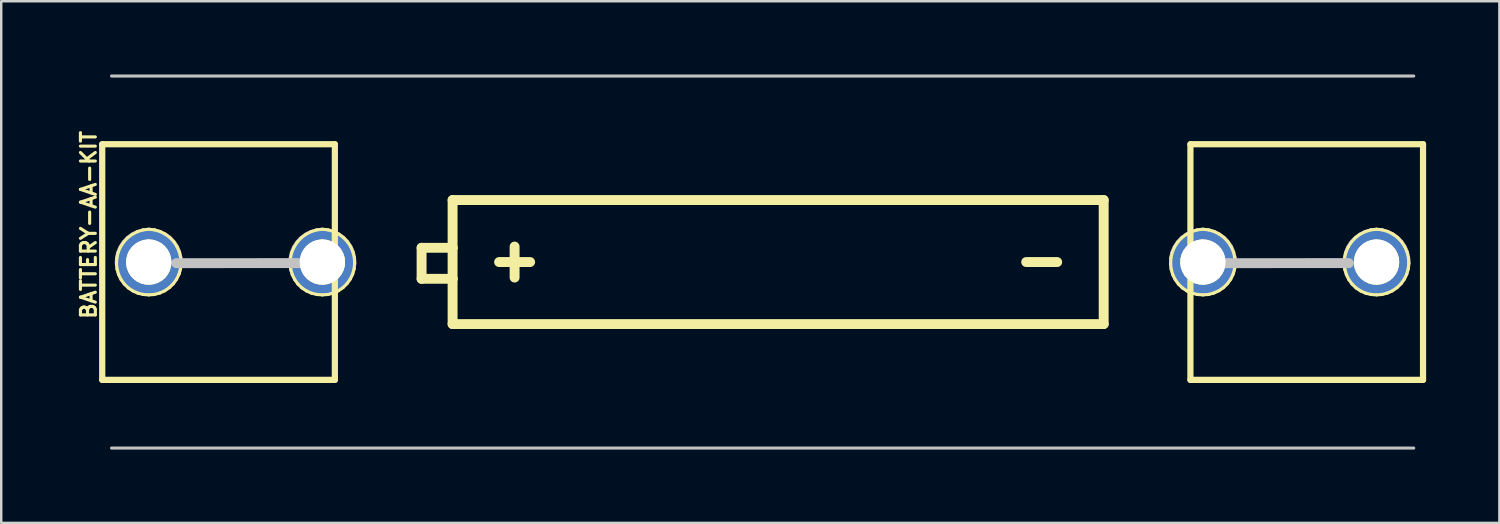
<source format=kicad_pcb>
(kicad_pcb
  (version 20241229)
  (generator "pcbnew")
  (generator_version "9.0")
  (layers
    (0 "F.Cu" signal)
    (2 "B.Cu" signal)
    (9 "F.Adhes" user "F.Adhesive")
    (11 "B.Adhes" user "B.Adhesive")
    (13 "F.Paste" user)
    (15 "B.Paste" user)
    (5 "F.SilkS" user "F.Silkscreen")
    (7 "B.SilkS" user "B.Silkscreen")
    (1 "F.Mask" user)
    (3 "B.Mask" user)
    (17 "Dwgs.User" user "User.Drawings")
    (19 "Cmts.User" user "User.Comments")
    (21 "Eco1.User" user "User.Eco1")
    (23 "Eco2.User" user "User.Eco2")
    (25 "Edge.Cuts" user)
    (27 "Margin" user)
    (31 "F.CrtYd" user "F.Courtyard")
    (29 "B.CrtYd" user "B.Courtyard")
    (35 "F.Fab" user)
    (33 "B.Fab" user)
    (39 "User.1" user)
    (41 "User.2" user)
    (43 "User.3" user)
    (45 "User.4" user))
  (footprint "BATTERY-AA-KIT"
    (layer "F.Cu")
    (at 28.189 7.684)
    (property "Reference" "BATTERY-AA-KIT" (at -27.61 -1.524 90) (layer "F.SilkS") (effects (font (size 0.61 0.61) (thickness 0.127))))
    (attr exclude_from_pos_files exclude_from_bom)
    (fp_line (start -27.051 -4.826) (end -17.523 -4.826) (stroke (width 0.203) (type solid)) (layer "F.SilkS"))
    (fp_line (start -27.051 -4.826) (end -17.523 -4.826) (stroke (width 0.254) (type solid)) (layer "F.SilkS"))
    (fp_line (start -27.051 4.826) (end -27.051 -4.826) (stroke (width 0.203) (type solid)) (layer "F.SilkS"))
    (fp_line (start -27.051 4.826) (end -27.051 -4.826) (stroke (width 0.254) (type solid)) (layer "F.SilkS"))
    (fp_line (start -26.467 0.076) (end -26.441 0.3) (stroke (width 0.127) (type solid)) (layer "F.SilkS"))
    (fp_line (start -26.454 -0.163) (end -26.467 0.076) (stroke (width 0.127) (type solid)) (layer "F.SilkS"))
    (fp_line (start -26.441 0.3) (end -26.378 0.516) (stroke (width 0.127) (type solid)) (layer "F.SilkS"))
    (fp_line (start -26.401 -0.394) (end -26.454 -0.163) (stroke (width 0.127) (type solid)) (layer "F.SilkS"))
    (fp_line (start -26.378 0.516) (end -26.279 0.719) (stroke (width 0.127) (type solid)) (layer "F.SilkS"))
    (fp_line (start -26.307 -0.615) (end -26.401 -0.394) (stroke (width 0.127) (type solid)) (layer "F.SilkS"))
    (fp_line (start -26.279 0.719) (end -26.147 0.902) (stroke (width 0.127) (type solid)) (layer "F.SilkS"))
    (fp_line (start -26.177 -0.815) (end -26.307 -0.615) (stroke (width 0.127) (type solid)) (layer "F.SilkS"))
    (fp_line (start -26.147 0.902) (end -25.984 1.059) (stroke (width 0.127) (type solid)) (layer "F.SilkS"))
    (fp_line (start -26.015 -0.991) (end -26.177 -0.815) (stroke (width 0.127) (type solid)) (layer "F.SilkS"))
    (fp_line (start -26.01 0.051) (end -25.999 -0.119) (stroke (width 0.127) (type solid)) (layer "F.SilkS"))
    (fp_line (start -25.999 -0.119) (end -25.956 -0.287) (stroke (width 0.127) (type solid)) (layer "F.SilkS"))
    (fp_line (start -25.984 0.216) (end -26.01 0.051) (stroke (width 0.127) (type solid)) (layer "F.SilkS"))
    (fp_line (start -25.984 1.059) (end -25.796 1.184) (stroke (width 0.127) (type solid)) (layer "F.SilkS"))
    (fp_line (start -25.956 -0.287) (end -25.883 -0.442) (stroke (width 0.127) (type solid)) (layer "F.SilkS"))
    (fp_line (start -25.928 0.373) (end -25.984 0.216) (stroke (width 0.127) (type solid)) (layer "F.SilkS"))
    (fp_line (start -25.883 -0.442) (end -25.778 -0.579) (stroke (width 0.127) (type solid)) (layer "F.SilkS"))
    (fp_line (start -25.845 0.516) (end -25.928 0.373) (stroke (width 0.127) (type solid)) (layer "F.SilkS"))
    (fp_line (start -25.824 -1.135) (end -26.015 -0.991) (stroke (width 0.127) (type solid)) (layer "F.SilkS"))
    (fp_line (start -25.796 1.184) (end -25.59 1.275) (stroke (width 0.127) (type solid)) (layer "F.SilkS"))
    (fp_line (start -25.778 -0.579) (end -25.651 -0.693) (stroke (width 0.127) (type solid)) (layer "F.SilkS"))
    (fp_line (start -25.733 0.64) (end -25.845 0.516) (stroke (width 0.127) (type solid)) (layer "F.SilkS"))
    (fp_line (start -25.651 -0.693) (end -25.502 -0.78) (stroke (width 0.127) (type solid)) (layer "F.SilkS"))
    (fp_line (start -25.611 -1.245) (end -25.824 -1.135) (stroke (width 0.127) (type solid)) (layer "F.SilkS"))
    (fp_line (start -25.598 0.739) (end -25.733 0.64) (stroke (width 0.127) (type solid)) (layer "F.SilkS"))
    (fp_line (start -25.59 1.275) (end -25.37 1.328) (stroke (width 0.127) (type solid)) (layer "F.SilkS"))
    (fp_line (start -25.502 -0.78) (end -25.342 -0.838) (stroke (width 0.127) (type solid)) (layer "F.SilkS"))
    (fp_line (start -25.448 0.813) (end -25.598 0.739) (stroke (width 0.127) (type solid)) (layer "F.SilkS"))
    (fp_line (start -25.382 -1.316) (end -25.611 -1.245) (stroke (width 0.127) (type solid)) (layer "F.SilkS"))
    (fp_line (start -25.37 1.328) (end -25.146 1.346) (stroke (width 0.127) (type solid)) (layer "F.SilkS"))
    (fp_line (start -25.342 -0.838) (end -25.171 -0.864) (stroke (width 0.127) (type solid)) (layer "F.SilkS"))
    (fp_line (start -25.286 0.853) (end -25.448 0.813) (stroke (width 0.127) (type solid)) (layer "F.SilkS"))
    (fp_line (start -25.171 -0.864) (end -24.999 -0.848) (stroke (width 0.127) (type solid)) (layer "F.SilkS"))
    (fp_line (start -25.146 -1.346) (end -25.382 -1.316) (stroke (width 0.127) (type solid)) (layer "F.SilkS"))
    (fp_line (start -25.146 1.346) (end -24.917 1.328) (stroke (width 0.127) (type solid)) (layer "F.SilkS"))
    (fp_line (start -25.121 0.864) (end -25.286 0.853) (stroke (width 0.127) (type solid)) (layer "F.SilkS"))
    (fp_line (start -24.999 -0.848) (end -24.834 -0.8) (stroke (width 0.127) (type solid)) (layer "F.SilkS"))
    (fp_line (start -24.953 0.843) (end -25.121 0.864) (stroke (width 0.127) (type solid)) (layer "F.SilkS"))
    (fp_line (start -24.917 1.328) (end -24.696 1.27) (stroke (width 0.127) (type solid)) (layer "F.SilkS"))
    (fp_line (start -24.91 -1.318) (end -25.146 -1.346) (stroke (width 0.127) (type solid)) (layer "F.SilkS"))
    (fp_line (start -24.834 -0.8) (end -24.681 -0.721) (stroke (width 0.127) (type solid)) (layer "F.SilkS"))
    (fp_line (start -24.795 0.792) (end -24.953 0.843) (stroke (width 0.127) (type solid)) (layer "F.SilkS"))
    (fp_line (start -24.696 1.27) (end -24.488 1.176) (stroke (width 0.127) (type solid)) (layer "F.SilkS"))
    (fp_line (start -24.681 -1.25) (end -24.91 -1.318) (stroke (width 0.127) (type solid)) (layer "F.SilkS"))
    (fp_line (start -24.681 -0.721) (end -24.547 -0.615) (stroke (width 0.127) (type solid)) (layer "F.SilkS"))
    (fp_line (start -24.648 0.711) (end -24.795 0.792) (stroke (width 0.127) (type solid)) (layer "F.SilkS"))
    (fp_line (start -24.547 -0.615) (end -24.435 -0.483) (stroke (width 0.127) (type solid)) (layer "F.SilkS"))
    (fp_line (start -24.521 0.605) (end -24.648 0.711) (stroke (width 0.127) (type solid)) (layer "F.SilkS"))
    (fp_line (start -24.488 1.176) (end -24.3 1.046) (stroke (width 0.127) (type solid)) (layer "F.SilkS"))
    (fp_line (start -24.47 -1.143) (end -24.681 -1.25) (stroke (width 0.127) (type solid)) (layer "F.SilkS"))
    (fp_line (start -24.435 -0.483) (end -24.354 -0.333) (stroke (width 0.127) (type solid)) (layer "F.SilkS"))
    (fp_line (start -24.417 0.472) (end -24.521 0.605) (stroke (width 0.127) (type solid)) (layer "F.SilkS"))
    (fp_line (start -24.354 -0.333) (end -24.3 -0.17) (stroke (width 0.127) (type solid)) (layer "F.SilkS"))
    (fp_line (start -24.341 0.325) (end -24.417 0.472) (stroke (width 0.127) (type solid)) (layer "F.SilkS"))
    (fp_line (start -24.3 -0.17) (end -24.282 0) (stroke (width 0.127) (type solid)) (layer "F.SilkS"))
    (fp_line (start -24.3 1.046) (end -24.138 0.886) (stroke (width 0.127) (type solid)) (layer "F.SilkS"))
    (fp_line (start -24.295 0.165) (end -24.341 0.325) (stroke (width 0.127) (type solid)) (layer "F.SilkS"))
    (fp_line (start -24.282 0) (end -24.295 0.165) (stroke (width 0.127) (type solid)) (layer "F.SilkS"))
    (fp_line (start -24.28 -1.003) (end -24.47 -1.143) (stroke (width 0.127) (type solid)) (layer "F.SilkS"))
    (fp_line (start -24.138 0.886) (end -24.006 0.701) (stroke (width 0.127) (type solid)) (layer "F.SilkS"))
    (fp_line (start -24.117 -0.831) (end -24.28 -1.003) (stroke (width 0.127) (type solid)) (layer "F.SilkS"))
    (fp_line (start -24.006 0.701) (end -23.906 0.495) (stroke (width 0.127) (type solid)) (layer "F.SilkS"))
    (fp_line (start -23.988 -0.632) (end -24.117 -0.831) (stroke (width 0.127) (type solid)) (layer "F.SilkS"))
    (fp_line (start -23.906 0.495) (end -23.846 0.277) (stroke (width 0.127) (type solid)) (layer "F.SilkS"))
    (fp_line (start -23.894 -0.414) (end -23.988 -0.632) (stroke (width 0.127) (type solid)) (layer "F.SilkS"))
    (fp_line (start -23.846 0.277) (end -23.825 0.051) (stroke (width 0.127) (type solid)) (layer "F.SilkS"))
    (fp_line (start -23.838 -0.185) (end -23.894 -0.414) (stroke (width 0.127) (type solid)) (layer "F.SilkS"))
    (fp_line (start -23.825 0.051) (end -23.838 -0.185) (stroke (width 0.127) (type solid)) (layer "F.SilkS"))
    (fp_line (start -19.355 0.076) (end -19.329 0.3) (stroke (width 0.127) (type solid)) (layer "F.SilkS"))
    (fp_line (start -19.342 -0.163) (end -19.355 0.076) (stroke (width 0.127) (type solid)) (layer "F.SilkS"))
    (fp_line (start -19.329 0.3) (end -19.266 0.516) (stroke (width 0.127) (type solid)) (layer "F.SilkS"))
    (fp_line (start -19.289 -0.394) (end -19.342 -0.163) (stroke (width 0.127) (type solid)) (layer "F.SilkS"))
    (fp_line (start -19.266 0.516) (end -19.167 0.719) (stroke (width 0.127) (type solid)) (layer "F.SilkS"))
    (fp_line (start -19.195 -0.615) (end -19.289 -0.394) (stroke (width 0.127) (type solid)) (layer "F.SilkS"))
    (fp_line (start -19.167 0.719) (end -19.035 0.902) (stroke (width 0.127) (type solid)) (layer "F.SilkS"))
    (fp_line (start -19.065 -0.815) (end -19.195 -0.615) (stroke (width 0.127) (type solid)) (layer "F.SilkS"))
    (fp_line (start -19.035 0.902) (end -18.872 1.059) (stroke (width 0.127) (type solid)) (layer "F.SilkS"))
    (fp_line (start -18.903 -0.991) (end -19.065 -0.815) (stroke (width 0.127) (type solid)) (layer "F.SilkS"))
    (fp_line (start -18.898 0.051) (end -18.887 -0.119) (stroke (width 0.127) (type solid)) (layer "F.SilkS"))
    (fp_line (start -18.887 -0.119) (end -18.844 -0.287) (stroke (width 0.127) (type solid)) (layer "F.SilkS"))
    (fp_line (start -18.872 0.216) (end -18.898 0.051) (stroke (width 0.127) (type solid)) (layer "F.SilkS"))
    (fp_line (start -18.872 1.059) (end -18.684 1.184) (stroke (width 0.127) (type solid)) (layer "F.SilkS"))
    (fp_line (start -18.844 -0.287) (end -18.771 -0.442) (stroke (width 0.127) (type solid)) (layer "F.SilkS"))
    (fp_line (start -18.816 0.373) (end -18.872 0.216) (stroke (width 0.127) (type solid)) (layer "F.SilkS"))
    (fp_line (start -18.771 -0.442) (end -18.666 -0.579) (stroke (width 0.127) (type solid)) (layer "F.SilkS"))
    (fp_line (start -18.733 0.516) (end -18.816 0.373) (stroke (width 0.127) (type solid)) (layer "F.SilkS"))
    (fp_line (start -18.712 -1.135) (end -18.903 -0.991) (stroke (width 0.127) (type solid)) (layer "F.SilkS"))
    (fp_line (start -18.684 1.184) (end -18.479 1.275) (stroke (width 0.127) (type solid)) (layer "F.SilkS"))
    (fp_line (start -18.666 -0.579) (end -18.539 -0.693) (stroke (width 0.127) (type solid)) (layer "F.SilkS"))
    (fp_line (start -18.621 0.64) (end -18.733 0.516) (stroke (width 0.127) (type solid)) (layer "F.SilkS"))
    (fp_line (start -18.539 -0.693) (end -18.39 -0.78) (stroke (width 0.127) (type solid)) (layer "F.SilkS"))
    (fp_line (start -18.499 -1.245) (end -18.712 -1.135) (stroke (width 0.127) (type solid)) (layer "F.SilkS"))
    (fp_line (start -18.486 0.739) (end -18.621 0.64) (stroke (width 0.127) (type solid)) (layer "F.SilkS"))
    (fp_line (start -18.479 1.275) (end -18.258 1.328) (stroke (width 0.127) (type solid)) (layer "F.SilkS"))
    (fp_line (start -18.39 -0.78) (end -18.23 -0.838) (stroke (width 0.127) (type solid)) (layer "F.SilkS"))
    (fp_line (start -18.336 0.813) (end -18.486 0.739) (stroke (width 0.127) (type solid)) (layer "F.SilkS"))
    (fp_line (start -18.27 -1.316) (end -18.499 -1.245) (stroke (width 0.127) (type solid)) (layer "F.SilkS"))
    (fp_line (start -18.258 1.328) (end -18.034 1.346) (stroke (width 0.127) (type solid)) (layer "F.SilkS"))
    (fp_line (start -18.23 -0.838) (end -18.059 -0.864) (stroke (width 0.127) (type solid)) (layer "F.SilkS"))
    (fp_line (start -18.174 0.853) (end -18.336 0.813) (stroke (width 0.127) (type solid)) (layer "F.SilkS"))
    (fp_line (start -18.059 -0.864) (end -17.887 -0.848) (stroke (width 0.127) (type solid)) (layer "F.SilkS"))
    (fp_line (start -18.034 -1.346) (end -18.27 -1.316) (stroke (width 0.127) (type solid)) (layer "F.SilkS"))
    (fp_line (start -18.034 1.346) (end -17.805 1.328) (stroke (width 0.127) (type solid)) (layer "F.SilkS"))
    (fp_line (start -18.009 0.864) (end -18.174 0.853) (stroke (width 0.127) (type solid)) (layer "F.SilkS"))
    (fp_line (start -17.887 -0.848) (end -17.722 -0.8) (stroke (width 0.127) (type solid)) (layer "F.SilkS"))
    (fp_line (start -17.841 0.843) (end -18.009 0.864) (stroke (width 0.127) (type solid)) (layer "F.SilkS"))
    (fp_line (start -17.805 1.328) (end -17.584 1.27) (stroke (width 0.127) (type solid)) (layer "F.SilkS"))
    (fp_line (start -17.798 -1.318) (end -18.034 -1.346) (stroke (width 0.127) (type solid)) (layer "F.SilkS"))
    (fp_line (start -17.722 -0.8) (end -17.569 -0.721) (stroke (width 0.127) (type solid)) (layer "F.SilkS"))
    (fp_line (start -17.683 0.792) (end -17.841 0.843) (stroke (width 0.127) (type solid)) (layer "F.SilkS"))
    (fp_line (start -17.584 1.27) (end -17.376 1.176) (stroke (width 0.127) (type solid)) (layer "F.SilkS"))
    (fp_line (start -17.569 -1.25) (end -17.798 -1.318) (stroke (width 0.127) (type solid)) (layer "F.SilkS"))
    (fp_line (start -17.569 -0.721) (end -17.435 -0.615) (stroke (width 0.127) (type solid)) (layer "F.SilkS"))
    (fp_line (start -17.536 0.711) (end -17.683 0.792) (stroke (width 0.127) (type solid)) (layer "F.SilkS"))
    (fp_line (start -17.523 -4.826) (end -17.523 4.826) (stroke (width 0.254) (type solid)) (layer "F.SilkS"))
    (fp_line (start -17.523 4.826) (end -27.051 4.826) (stroke (width 0.203) (type solid)) (layer "F.SilkS"))
    (fp_line (start -17.523 4.826) (end -27.051 4.826) (stroke (width 0.254) (type solid)) (layer "F.SilkS"))
    (fp_line (start -17.435 -0.615) (end -17.323 -0.483) (stroke (width 0.127) (type solid)) (layer "F.SilkS"))
    (fp_line (start -17.409 0.605) (end -17.536 0.711) (stroke (width 0.127) (type solid)) (layer "F.SilkS"))
    (fp_line (start -17.376 1.176) (end -17.188 1.046) (stroke (width 0.127) (type solid)) (layer "F.SilkS"))
    (fp_line (start -17.358 -1.143) (end -17.569 -1.25) (stroke (width 0.127) (type solid)) (layer "F.SilkS"))
    (fp_line (start -17.323 -0.483) (end -17.242 -0.333) (stroke (width 0.127) (type solid)) (layer "F.SilkS"))
    (fp_line (start -17.305 0.472) (end -17.409 0.605) (stroke (width 0.127) (type solid)) (layer "F.SilkS"))
    (fp_line (start -17.242 -0.333) (end -17.188 -0.17) (stroke (width 0.127) (type solid)) (layer "F.SilkS"))
    (fp_line (start -17.229 0.325) (end -17.305 0.472) (stroke (width 0.127) (type solid)) (layer "F.SilkS"))
    (fp_line (start -17.188 -0.17) (end -17.17 0) (stroke (width 0.127) (type solid)) (layer "F.SilkS"))
    (fp_line (start -17.188 1.046) (end -17.026 0.886) (stroke (width 0.127) (type solid)) (layer "F.SilkS"))
    (fp_line (start -17.183 0.165) (end -17.229 0.325) (stroke (width 0.127) (type solid)) (layer "F.SilkS"))
    (fp_line (start -17.17 0) (end -17.183 0.165) (stroke (width 0.127) (type solid)) (layer "F.SilkS"))
    (fp_line (start -17.168 -1.003) (end -17.358 -1.143) (stroke (width 0.127) (type solid)) (layer "F.SilkS"))
    (fp_line (start -17.026 0.886) (end -16.894 0.701) (stroke (width 0.127) (type solid)) (layer "F.SilkS"))
    (fp_line (start -17.005 -0.831) (end -17.168 -1.003) (stroke (width 0.127) (type solid)) (layer "F.SilkS"))
    (fp_line (start -16.894 0.701) (end -16.794 0.495) (stroke (width 0.127) (type solid)) (layer "F.SilkS"))
    (fp_line (start -16.876 -0.632) (end -17.005 -0.831) (stroke (width 0.127) (type solid)) (layer "F.SilkS"))
    (fp_line (start -16.794 0.495) (end -16.734 0.277) (stroke (width 0.127) (type solid)) (layer "F.SilkS"))
    (fp_line (start -16.782 -0.414) (end -16.876 -0.632) (stroke (width 0.127) (type solid)) (layer "F.SilkS"))
    (fp_line (start -16.734 0.277) (end -16.713 0.051) (stroke (width 0.127) (type solid)) (layer "F.SilkS"))
    (fp_line (start -16.726 -0.185) (end -16.782 -0.414) (stroke (width 0.127) (type solid)) (layer "F.SilkS"))
    (fp_line (start -16.713 0.051) (end -16.726 -0.185) (stroke (width 0.127) (type solid)) (layer "F.SilkS"))
    (fp_line (start -13.97 -0.584) (end -13.97 0.686) (stroke (width 0.406) (type solid)) (layer "F.SilkS"))
    (fp_line (start -13.97 0.686) (end -12.7 0.686) (stroke (width 0.406) (type solid)) (layer "F.SilkS"))
    (fp_line (start -12.7 -2.54) (end -12.7 -0.584) (stroke (width 0.406) (type solid)) (layer "F.SilkS"))
    (fp_line (start -12.7 -0.584) (end -13.97 -0.584) (stroke (width 0.406) (type solid)) (layer "F.SilkS"))
    (fp_line (start -12.7 -0.584) (end -12.7 0.686) (stroke (width 0.406) (type solid)) (layer "F.SilkS"))
    (fp_line (start -12.7 0.686) (end -12.7 2.54) (stroke (width 0.406) (type solid)) (layer "F.SilkS"))
    (fp_line (start -12.7 2.54) (end 13.97 2.54) (stroke (width 0.406) (type solid)) (layer "F.SilkS"))
    (fp_line (start -10.16 -0.635) (end -10.16 0.635) (stroke (width 0.406) (type solid)) (layer "F.SilkS"))
    (fp_line (start -9.525 0) (end -10.795 0) (stroke (width 0.406) (type solid)) (layer "F.SilkS"))
    (fp_line (start 12.065 0) (end 10.795 0) (stroke (width 0.406) (type solid)) (layer "F.SilkS"))
    (fp_line (start 13.97 -2.54) (end -12.7 -2.54) (stroke (width 0.406) (type solid)) (layer "F.SilkS"))
    (fp_line (start 13.97 2.54) (end 13.97 -2.54) (stroke (width 0.406) (type solid)) (layer "F.SilkS"))
    (fp_line (start 16.713 0.076) (end 16.736 0.3) (stroke (width 0.127) (type solid)) (layer "F.SilkS"))
    (fp_line (start 16.723 -0.163) (end 16.713 0.076) (stroke (width 0.127) (type solid)) (layer "F.SilkS"))
    (fp_line (start 16.736 0.3) (end 16.8 0.516) (stroke (width 0.127) (type solid)) (layer "F.SilkS"))
    (fp_line (start 16.777 -0.394) (end 16.723 -0.163) (stroke (width 0.127) (type solid)) (layer "F.SilkS"))
    (fp_line (start 16.8 0.516) (end 16.899 0.719) (stroke (width 0.127) (type solid)) (layer "F.SilkS"))
    (fp_line (start 16.871 -0.615) (end 16.777 -0.394) (stroke (width 0.127) (type solid)) (layer "F.SilkS"))
    (fp_line (start 16.899 0.719) (end 17.031 0.902) (stroke (width 0.127) (type solid)) (layer "F.SilkS"))
    (fp_line (start 17 -0.815) (end 16.871 -0.615) (stroke (width 0.127) (type solid)) (layer "F.SilkS"))
    (fp_line (start 17.031 0.902) (end 17.193 1.059) (stroke (width 0.127) (type solid)) (layer "F.SilkS"))
    (fp_line (start 17.163 -0.991) (end 17 -0.815) (stroke (width 0.127) (type solid)) (layer "F.SilkS"))
    (fp_line (start 17.17 0.051) (end 17.178 -0.119) (stroke (width 0.127) (type solid)) (layer "F.SilkS"))
    (fp_line (start 17.178 -0.119) (end 17.221 -0.287) (stroke (width 0.127) (type solid)) (layer "F.SilkS"))
    (fp_line (start 17.193 0.216) (end 17.17 0.051) (stroke (width 0.127) (type solid)) (layer "F.SilkS"))
    (fp_line (start 17.193 1.059) (end 17.381 1.184) (stroke (width 0.127) (type solid)) (layer "F.SilkS"))
    (fp_line (start 17.221 -0.287) (end 17.295 -0.442) (stroke (width 0.127) (type solid)) (layer "F.SilkS"))
    (fp_line (start 17.249 0.373) (end 17.193 0.216) (stroke (width 0.127) (type solid)) (layer "F.SilkS"))
    (fp_line (start 17.295 -0.442) (end 17.399 -0.579) (stroke (width 0.127) (type solid)) (layer "F.SilkS"))
    (fp_line (start 17.333 0.516) (end 17.249 0.373) (stroke (width 0.127) (type solid)) (layer "F.SilkS"))
    (fp_line (start 17.353 -1.135) (end 17.163 -0.991) (stroke (width 0.127) (type solid)) (layer "F.SilkS"))
    (fp_line (start 17.381 1.184) (end 17.587 1.275) (stroke (width 0.127) (type solid)) (layer "F.SilkS"))
    (fp_line (start 17.399 -0.579) (end 17.526 -0.693) (stroke (width 0.127) (type solid)) (layer "F.SilkS"))
    (fp_line (start 17.445 0.64) (end 17.333 0.516) (stroke (width 0.127) (type solid)) (layer "F.SilkS"))
    (fp_line (start 17.523 -4.826) (end 27.051 -4.826) (stroke (width 0.254) (type solid)) (layer "F.SilkS"))
    (fp_line (start 17.523 4.826) (end 17.523 -4.826) (stroke (width 0.254) (type solid)) (layer "F.SilkS"))
    (fp_line (start 17.523 4.826) (end 27.051 4.826) (stroke (width 0.203) (type solid)) (layer "F.SilkS"))
    (fp_line (start 17.526 -0.693) (end 17.676 -0.78) (stroke (width 0.127) (type solid)) (layer "F.SilkS"))
    (fp_line (start 17.567 -1.245) (end 17.353 -1.135) (stroke (width 0.127) (type solid)) (layer "F.SilkS"))
    (fp_line (start 17.579 0.739) (end 17.445 0.64) (stroke (width 0.127) (type solid)) (layer "F.SilkS"))
    (fp_line (start 17.587 1.275) (end 17.808 1.328) (stroke (width 0.127) (type solid)) (layer "F.SilkS"))
    (fp_line (start 17.676 -0.78) (end 17.836 -0.838) (stroke (width 0.127) (type solid)) (layer "F.SilkS"))
    (fp_line (start 17.729 0.813) (end 17.579 0.739) (stroke (width 0.127) (type solid)) (layer "F.SilkS"))
    (fp_line (start 17.795 -1.316) (end 17.567 -1.245) (stroke (width 0.127) (type solid)) (layer "F.SilkS"))
    (fp_line (start 17.808 1.328) (end 18.034 1.346) (stroke (width 0.127) (type solid)) (layer "F.SilkS"))
    (fp_line (start 17.836 -0.838) (end 18.009 -0.864) (stroke (width 0.127) (type solid)) (layer "F.SilkS"))
    (fp_line (start 17.892 0.853) (end 17.729 0.813) (stroke (width 0.127) (type solid)) (layer "F.SilkS"))
    (fp_line (start 18.009 -0.864) (end 18.179 -0.848) (stroke (width 0.127) (type solid)) (layer "F.SilkS"))
    (fp_line (start 18.034 -1.346) (end 17.795 -1.316) (stroke (width 0.127) (type solid)) (layer "F.SilkS"))
    (fp_line (start 18.034 1.346) (end 18.26 1.328) (stroke (width 0.127) (type solid)) (layer "F.SilkS"))
    (fp_line (start 18.059 0.864) (end 17.892 0.853) (stroke (width 0.127) (type solid)) (layer "F.SilkS"))
    (fp_line (start 18.179 -0.848) (end 18.344 -0.8) (stroke (width 0.127) (type solid)) (layer "F.SilkS"))
    (fp_line (start 18.224 0.843) (end 18.059 0.864) (stroke (width 0.127) (type solid)) (layer "F.SilkS"))
    (fp_line (start 18.26 1.328) (end 18.481 1.27) (stroke (width 0.127) (type solid)) (layer "F.SilkS"))
    (fp_line (start 18.268 -1.318) (end 18.034 -1.346) (stroke (width 0.127) (type solid)) (layer "F.SilkS"))
    (fp_line (start 18.344 -0.8) (end 18.496 -0.721) (stroke (width 0.127) (type solid)) (layer "F.SilkS"))
    (fp_line (start 18.382 0.792) (end 18.224 0.843) (stroke (width 0.127) (type solid)) (layer "F.SilkS"))
    (fp_line (start 18.481 1.27) (end 18.689 1.176) (stroke (width 0.127) (type solid)) (layer "F.SilkS"))
    (fp_line (start 18.496 -1.25) (end 18.268 -1.318) (stroke (width 0.127) (type solid)) (layer "F.SilkS"))
    (fp_line (start 18.496 -0.721) (end 18.631 -0.615) (stroke (width 0.127) (type solid)) (layer "F.SilkS"))
    (fp_line (start 18.529 0.711) (end 18.382 0.792) (stroke (width 0.127) (type solid)) (layer "F.SilkS"))
    (fp_line (start 18.631 -0.615) (end 18.743 -0.483) (stroke (width 0.127) (type solid)) (layer "F.SilkS"))
    (fp_line (start 18.656 0.605) (end 18.529 0.711) (stroke (width 0.127) (type solid)) (layer "F.SilkS"))
    (fp_line (start 18.689 1.176) (end 18.877 1.046) (stroke (width 0.127) (type solid)) (layer "F.SilkS"))
    (fp_line (start 18.707 -1.143) (end 18.496 -1.25) (stroke (width 0.127) (type solid)) (layer "F.SilkS"))
    (fp_line (start 18.743 -0.483) (end 18.824 -0.333) (stroke (width 0.127) (type solid)) (layer "F.SilkS"))
    (fp_line (start 18.76 0.472) (end 18.656 0.605) (stroke (width 0.127) (type solid)) (layer "F.SilkS"))
    (fp_line (start 18.824 -0.333) (end 18.877 -0.17) (stroke (width 0.127) (type solid)) (layer "F.SilkS"))
    (fp_line (start 18.837 0.325) (end 18.76 0.472) (stroke (width 0.127) (type solid)) (layer "F.SilkS"))
    (fp_line (start 18.877 -0.17) (end 18.898 0) (stroke (width 0.127) (type solid)) (layer "F.SilkS"))
    (fp_line (start 18.877 1.046) (end 19.04 0.886) (stroke (width 0.127) (type solid)) (layer "F.SilkS"))
    (fp_line (start 18.882 0.165) (end 18.837 0.325) (stroke (width 0.127) (type solid)) (layer "F.SilkS"))
    (fp_line (start 18.898 -1.003) (end 18.707 -1.143) (stroke (width 0.127) (type solid)) (layer "F.SilkS"))
    (fp_line (start 18.898 0) (end 18.882 0.165) (stroke (width 0.127) (type solid)) (layer "F.SilkS"))
    (fp_line (start 19.04 0.886) (end 19.172 0.701) (stroke (width 0.127) (type solid)) (layer "F.SilkS"))
    (fp_line (start 19.06 -0.831) (end 18.898 -1.003) (stroke (width 0.127) (type solid)) (layer "F.SilkS"))
    (fp_line (start 19.172 0.701) (end 19.271 0.495) (stroke (width 0.127) (type solid)) (layer "F.SilkS"))
    (fp_line (start 19.19 -0.632) (end 19.06 -0.831) (stroke (width 0.127) (type solid)) (layer "F.SilkS"))
    (fp_line (start 19.271 0.495) (end 19.332 0.277) (stroke (width 0.127) (type solid)) (layer "F.SilkS"))
    (fp_line (start 19.284 -0.414) (end 19.19 -0.632) (stroke (width 0.127) (type solid)) (layer "F.SilkS"))
    (fp_line (start 19.332 0.277) (end 19.355 0.051) (stroke (width 0.127) (type solid)) (layer "F.SilkS"))
    (fp_line (start 19.34 -0.185) (end 19.284 -0.414) (stroke (width 0.127) (type solid)) (layer "F.SilkS"))
    (fp_line (start 19.355 0.051) (end 19.34 -0.185) (stroke (width 0.127) (type solid)) (layer "F.SilkS"))
    (fp_line (start 23.825 0.076) (end 23.848 0.3) (stroke (width 0.127) (type solid)) (layer "F.SilkS"))
    (fp_line (start 23.835 -0.163) (end 23.825 0.076) (stroke (width 0.127) (type solid)) (layer "F.SilkS"))
    (fp_line (start 23.848 0.3) (end 23.912 0.516) (stroke (width 0.127) (type solid)) (layer "F.SilkS"))
    (fp_line (start 23.889 -0.394) (end 23.835 -0.163) (stroke (width 0.127) (type solid)) (layer "F.SilkS"))
    (fp_line (start 23.912 0.516) (end 24.011 0.719) (stroke (width 0.127) (type solid)) (layer "F.SilkS"))
    (fp_line (start 23.983 -0.615) (end 23.889 -0.394) (stroke (width 0.127) (type solid)) (layer "F.SilkS"))
    (fp_line (start 24.011 0.719) (end 24.143 0.902) (stroke (width 0.127) (type solid)) (layer "F.SilkS"))
    (fp_line (start 24.112 -0.815) (end 23.983 -0.615) (stroke (width 0.127) (type solid)) (layer "F.SilkS"))
    (fp_line (start 24.143 0.902) (end 24.305 1.059) (stroke (width 0.127) (type solid)) (layer "F.SilkS"))
    (fp_line (start 24.275 -0.991) (end 24.112 -0.815) (stroke (width 0.127) (type solid)) (layer "F.SilkS"))
    (fp_line (start 24.282 0.051) (end 24.29 -0.119) (stroke (width 0.127) (type solid)) (layer "F.SilkS"))
    (fp_line (start 24.29 -0.119) (end 24.333 -0.287) (stroke (width 0.127) (type solid)) (layer "F.SilkS"))
    (fp_line (start 24.305 0.216) (end 24.282 0.051) (stroke (width 0.127) (type solid)) (layer "F.SilkS"))
    (fp_line (start 24.305 1.059) (end 24.493 1.184) (stroke (width 0.127) (type solid)) (layer "F.SilkS"))
    (fp_line (start 24.333 -0.287) (end 24.407 -0.442) (stroke (width 0.127) (type solid)) (layer "F.SilkS"))
    (fp_line (start 24.361 0.373) (end 24.305 0.216) (stroke (width 0.127) (type solid)) (layer "F.SilkS"))
    (fp_line (start 24.407 -0.442) (end 24.511 -0.579) (stroke (width 0.127) (type solid)) (layer "F.SilkS"))
    (fp_line (start 24.445 0.516) (end 24.361 0.373) (stroke (width 0.127) (type solid)) (layer "F.SilkS"))
    (fp_line (start 24.465 -1.135) (end 24.275 -0.991) (stroke (width 0.127) (type solid)) (layer "F.SilkS"))
    (fp_line (start 24.493 1.184) (end 24.699 1.275) (stroke (width 0.127) (type solid)) (layer "F.SilkS"))
    (fp_line (start 24.511 -0.579) (end 24.638 -0.693) (stroke (width 0.127) (type solid)) (layer "F.SilkS"))
    (fp_line (start 24.557 0.64) (end 24.445 0.516) (stroke (width 0.127) (type solid)) (layer "F.SilkS"))
    (fp_line (start 24.638 -0.693) (end 24.788 -0.78) (stroke (width 0.127) (type solid)) (layer "F.SilkS"))
    (fp_line (start 24.679 -1.245) (end 24.465 -1.135) (stroke (width 0.127) (type solid)) (layer "F.SilkS"))
    (fp_line (start 24.691 0.739) (end 24.557 0.64) (stroke (width 0.127) (type solid)) (layer "F.SilkS"))
    (fp_line (start 24.699 1.275) (end 24.92 1.328) (stroke (width 0.127) (type solid)) (layer "F.SilkS"))
    (fp_line (start 24.788 -0.78) (end 24.948 -0.838) (stroke (width 0.127) (type solid)) (layer "F.SilkS"))
    (fp_line (start 24.841 0.813) (end 24.691 0.739) (stroke (width 0.127) (type solid)) (layer "F.SilkS"))
    (fp_line (start 24.907 -1.316) (end 24.679 -1.245) (stroke (width 0.127) (type solid)) (layer "F.SilkS"))
    (fp_line (start 24.92 1.328) (end 25.146 1.346) (stroke (width 0.127) (type solid)) (layer "F.SilkS"))
    (fp_line (start 24.948 -0.838) (end 25.121 -0.864) (stroke (width 0.127) (type solid)) (layer "F.SilkS"))
    (fp_line (start 25.004 0.853) (end 24.841 0.813) (stroke (width 0.127) (type solid)) (layer "F.SilkS"))
    (fp_line (start 25.121 -0.864) (end 25.291 -0.848) (stroke (width 0.127) (type solid)) (layer "F.SilkS"))
    (fp_line (start 25.146 -1.346) (end 24.907 -1.316) (stroke (width 0.127) (type solid)) (layer "F.SilkS"))
    (fp_line (start 25.146 1.346) (end 25.372 1.328) (stroke (width 0.127) (type solid)) (layer "F.SilkS"))
    (fp_line (start 25.171 0.864) (end 25.004 0.853) (stroke (width 0.127) (type solid)) (layer "F.SilkS"))
    (fp_line (start 25.291 -0.848) (end 25.456 -0.8) (stroke (width 0.127) (type solid)) (layer "F.SilkS"))
    (fp_line (start 25.337 0.843) (end 25.171 0.864) (stroke (width 0.127) (type solid)) (layer "F.SilkS"))
    (fp_line (start 25.372 1.328) (end 25.593 1.27) (stroke (width 0.127) (type solid)) (layer "F.SilkS"))
    (fp_line (start 25.38 -1.318) (end 25.146 -1.346) (stroke (width 0.127) (type solid)) (layer "F.SilkS"))
    (fp_line (start 25.456 -0.8) (end 25.608 -0.721) (stroke (width 0.127) (type solid)) (layer "F.SilkS"))
    (fp_line (start 25.494 0.792) (end 25.337 0.843) (stroke (width 0.127) (type solid)) (layer "F.SilkS"))
    (fp_line (start 25.593 1.27) (end 25.801 1.176) (stroke (width 0.127) (type solid)) (layer "F.SilkS"))
    (fp_line (start 25.608 -1.25) (end 25.38 -1.318) (stroke (width 0.127) (type solid)) (layer "F.SilkS"))
    (fp_line (start 25.608 -0.721) (end 25.743 -0.615) (stroke (width 0.127) (type solid)) (layer "F.SilkS"))
    (fp_line (start 25.641 0.711) (end 25.494 0.792) (stroke (width 0.127) (type solid)) (layer "F.SilkS"))
    (fp_line (start 25.743 -0.615) (end 25.855 -0.483) (stroke (width 0.127) (type solid)) (layer "F.SilkS"))
    (fp_line (start 25.768 0.605) (end 25.641 0.711) (stroke (width 0.127) (type solid)) (layer "F.SilkS"))
    (fp_line (start 25.801 1.176) (end 25.989 1.046) (stroke (width 0.127) (type solid)) (layer "F.SilkS"))
    (fp_line (start 25.819 -1.143) (end 25.608 -1.25) (stroke (width 0.127) (type solid)) (layer "F.SilkS"))
    (fp_line (start 25.855 -0.483) (end 25.936 -0.333) (stroke (width 0.127) (type solid)) (layer "F.SilkS"))
    (fp_line (start 25.872 0.472) (end 25.768 0.605) (stroke (width 0.127) (type solid)) (layer "F.SilkS"))
    (fp_line (start 25.936 -0.333) (end 25.989 -0.17) (stroke (width 0.127) (type solid)) (layer "F.SilkS"))
    (fp_line (start 25.949 0.325) (end 25.872 0.472) (stroke (width 0.127) (type solid)) (layer "F.SilkS"))
    (fp_line (start 25.989 -0.17) (end 26.01 0) (stroke (width 0.127) (type solid)) (layer "F.SilkS"))
    (fp_line (start 25.989 1.046) (end 26.152 0.886) (stroke (width 0.127) (type solid)) (layer "F.SilkS"))
    (fp_line (start 25.994 0.165) (end 25.949 0.325) (stroke (width 0.127) (type solid)) (layer "F.SilkS"))
    (fp_line (start 26.01 -1.003) (end 25.819 -1.143) (stroke (width 0.127) (type solid)) (layer "F.SilkS"))
    (fp_line (start 26.01 0) (end 25.994 0.165) (stroke (width 0.127) (type solid)) (layer "F.SilkS"))
    (fp_line (start 26.152 0.886) (end 26.284 0.701) (stroke (width 0.127) (type solid)) (layer "F.SilkS"))
    (fp_line (start 26.172 -0.831) (end 26.01 -1.003) (stroke (width 0.127) (type solid)) (layer "F.SilkS"))
    (fp_line (start 26.284 0.701) (end 26.383 0.495) (stroke (width 0.127) (type solid)) (layer "F.SilkS"))
    (fp_line (start 26.302 -0.632) (end 26.172 -0.831) (stroke (width 0.127) (type solid)) (layer "F.SilkS"))
    (fp_line (start 26.383 0.495) (end 26.444 0.277) (stroke (width 0.127) (type solid)) (layer "F.SilkS"))
    (fp_line (start 26.396 -0.414) (end 26.302 -0.632) (stroke (width 0.127) (type solid)) (layer "F.SilkS"))
    (fp_line (start 26.444 0.277) (end 26.467 0.051) (stroke (width 0.127) (type solid)) (layer "F.SilkS"))
    (fp_line (start 26.452 -0.185) (end 26.396 -0.414) (stroke (width 0.127) (type solid)) (layer "F.SilkS"))
    (fp_line (start 26.467 0.051) (end 26.452 -0.185) (stroke (width 0.127) (type solid)) (layer "F.SilkS"))
    (fp_line (start 27.051 -4.826) (end 17.523 -4.826) (stroke (width 0.203) (type solid)) (layer "F.SilkS"))
    (fp_line (start 27.051 -4.826) (end 27.051 4.826) (stroke (width 0.254) (type solid)) (layer "F.SilkS"))
    (fp_line (start 27.051 4.826) (end 17.523 4.826) (stroke (width 0.254) (type solid)) (layer "F.SilkS"))
    (fp_line (start 27.051 4.826) (end 27.051 -4.826) (stroke (width 0.203) (type solid)) (layer "F.SilkS"))
    (fp_line (start -26.67 -7.62) (end 26.67 -7.62) (stroke (width 0.127) (type solid)) (layer "Dwgs.User"))
    (fp_line (start -24.016 0.046) (end -18.913 0.043) (stroke (width 0.406) (type solid)) (layer "Dwgs.User"))
    (fp_line (start 18.91 0.046) (end 24.011 0.043) (stroke (width 0.406) (type solid)) (layer "Dwgs.User"))
    (fp_line (start 26.67 7.62) (end -26.67 7.62) (stroke (width 0.127) (type solid)) (layer "Dwgs.User"))
    (pad "GND@" thru_hole circle (at 18.034 0) (size 2.781 2.781) (drill 1.854) (layers "*.Cu" "*.Mask"))
    (pad "GND@" thru_hole circle (at 25.146 0) (size 2.781 2.781) (drill 1.854) (layers "*.Cu" "*.Mask"))
    (pad "PWR@" thru_hole circle (at -25.146 0) (size 2.781 2.781) (drill 1.854) (layers "*.Cu" "*.Mask"))
    (pad "PWR@" thru_hole circle (at -18.034 0) (size 2.781 2.781) (drill 1.854) (layers "*.Cu" "*.Mask")))
  (gr_rect
    (start -3 -3)
    (end 58.367 18.367)
    (stroke (width 0.1) (type default))
    (fill no)
    (layer "Edge.Cuts")))
</source>
